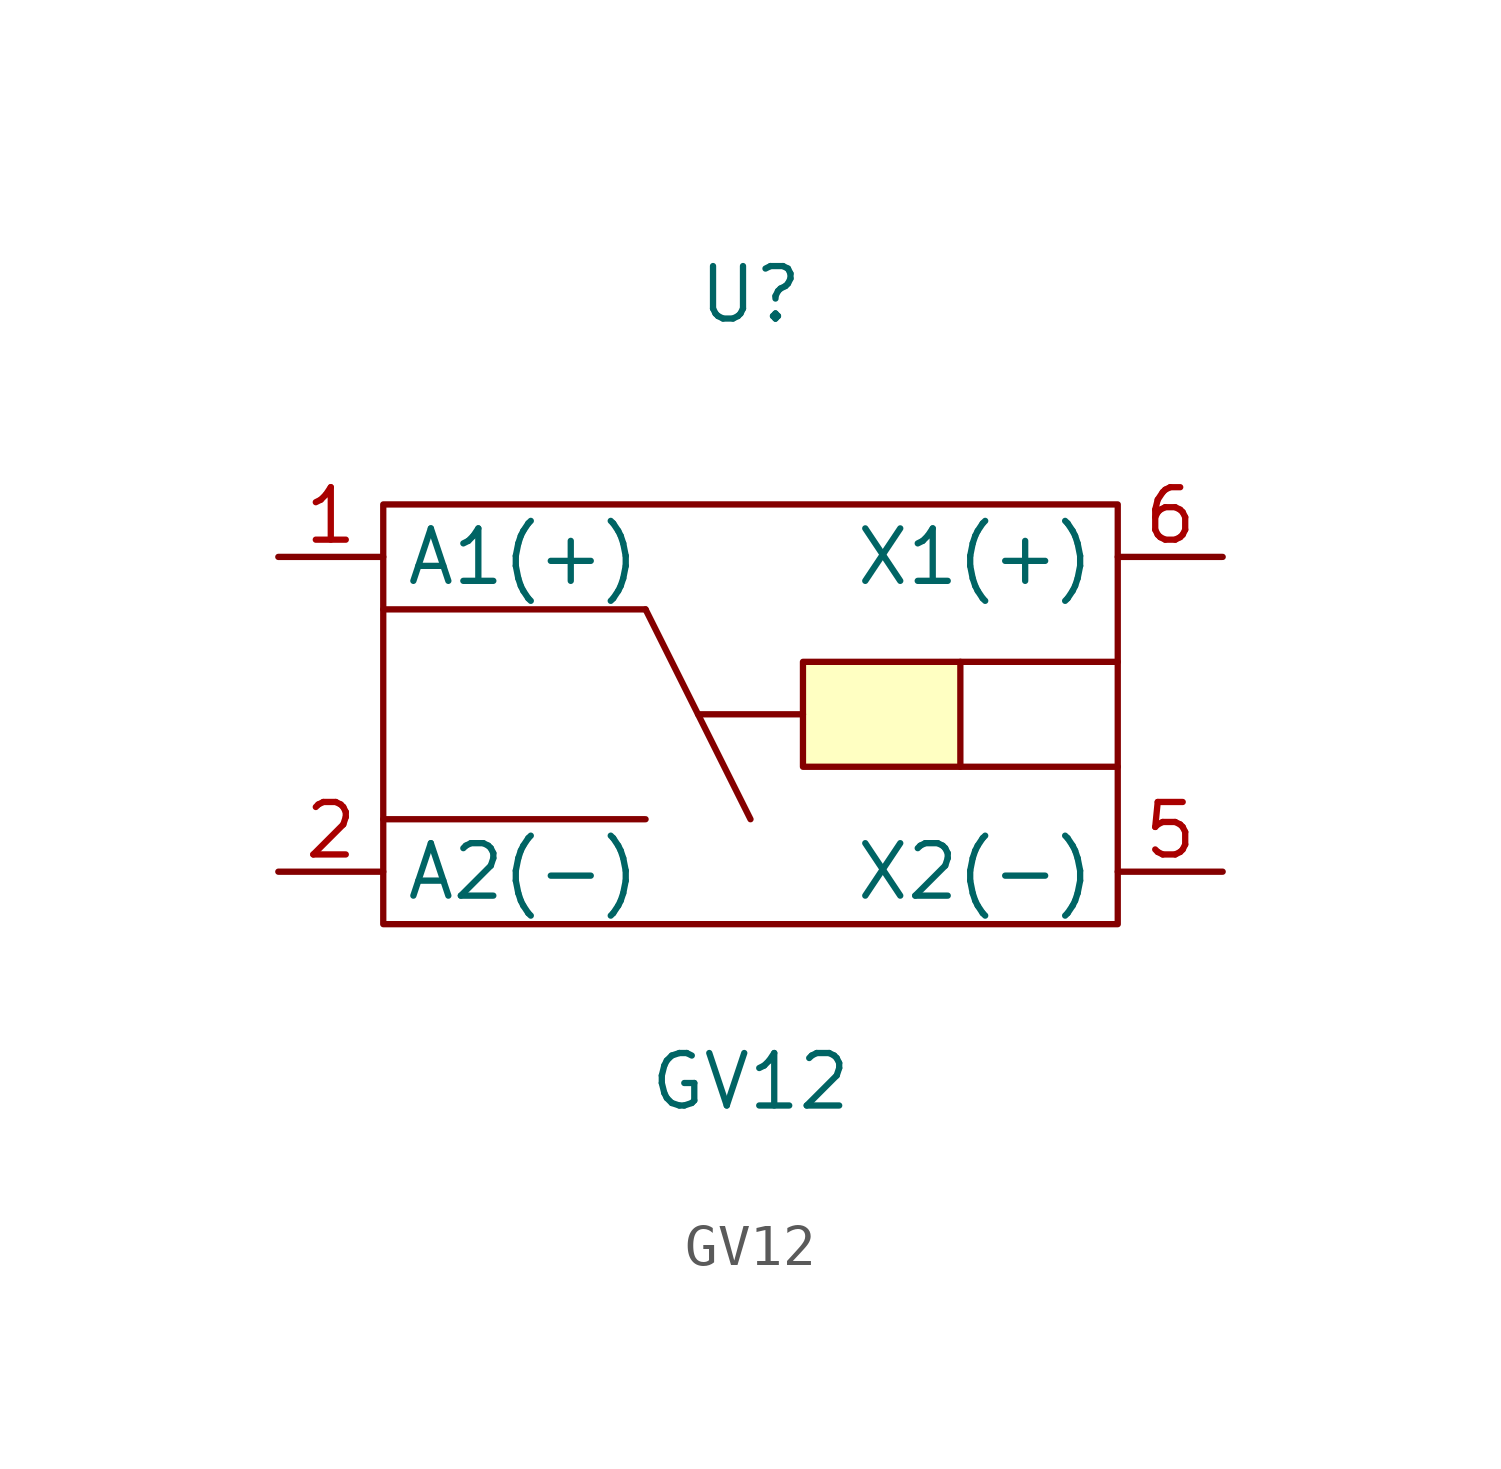
<source format=kicad_sym>
(kicad_symbol_lib
  (version 20211014)
  (generator kicad_symbol_editor)
  (symbol "GV12"
    (property "Reference" "U"
      (at 0 10.16 0)
      (effects (font (size 1.27 1.27))))
    (property "Value" "GV12"
      (at 0 -8.89 0)
      (effects (font (size 1.27 1.27))))
    (symbol "GV12_0_1"
      (rectangle (start -8.89 5.08) (end 8.89 -5.08) (stroke (width 0) (type default) (color 0 0 0 0)) (fill (type none)))
      (polyline (pts (xy -8.89 -2.54) (xy -2.54 -2.54)) (stroke (width 0) (type default) (color 0 0 0 0)) (fill (type none)))
      (polyline (pts (xy -2.54 2.54) (xy 0 -2.54)) (stroke (width 0) (type default) (color 0 0 0 0)) (fill (type none)))
      (polyline (pts (xy -1.27 0) (xy 1.27 0)) (stroke (width 0) (type default) (color 0 0 0 0)) (fill (type none)))
      (polyline (pts (xy 8.89 -1.27) (xy 5.08 -1.27)) (stroke (width 0) (type default) (color 0 0 0 0)) (fill (type none)))
      (polyline (pts (xy 8.89 1.27) (xy 5.08 1.27)) (stroke (width 0) (type default) (color 0 0 0 0)) (fill (type none)))
      (polyline (pts (xy -8.89 2.54) (xy -3.81 2.54) (xy -2.54 2.54)) (stroke (width 0) (type default) (color 0 0 0 0)) (fill (type none)))
      (rectangle (start 1.27 1.27) (end 5.08 -1.27) (stroke (width 0) (type default) (color 0 0 0 0)) (fill (type background))))
    (symbol "GV12_1_1"
      (pin input line (at -11.43 3.81 0) (length 2.54) (name "A1(+)" (effects (font (size 1.27 1.27)))) (number "1" (effects (font (size 1.27 1.27)))))
      (pin input line (at -11.43 -3.81 0) (length 2.54) (name "A2(-)" (effects (font (size 1.27 1.27)))) (number "2" (effects (font (size 1.27 1.27)))))
      (pin input line (at 11.43 -3.81 180) (length 2.54) (name "X2(-)" (effects (font (size 1.27 1.27)))) (number "5" (effects (font (size 1.27 1.27)))))
      (pin input line (at 11.43 3.81 180) (length 2.54) (name "X1(+)" (effects (font (size 1.27 1.27)))) (number "6" (effects (font (size 1.27 1.27))))))))
</source>
